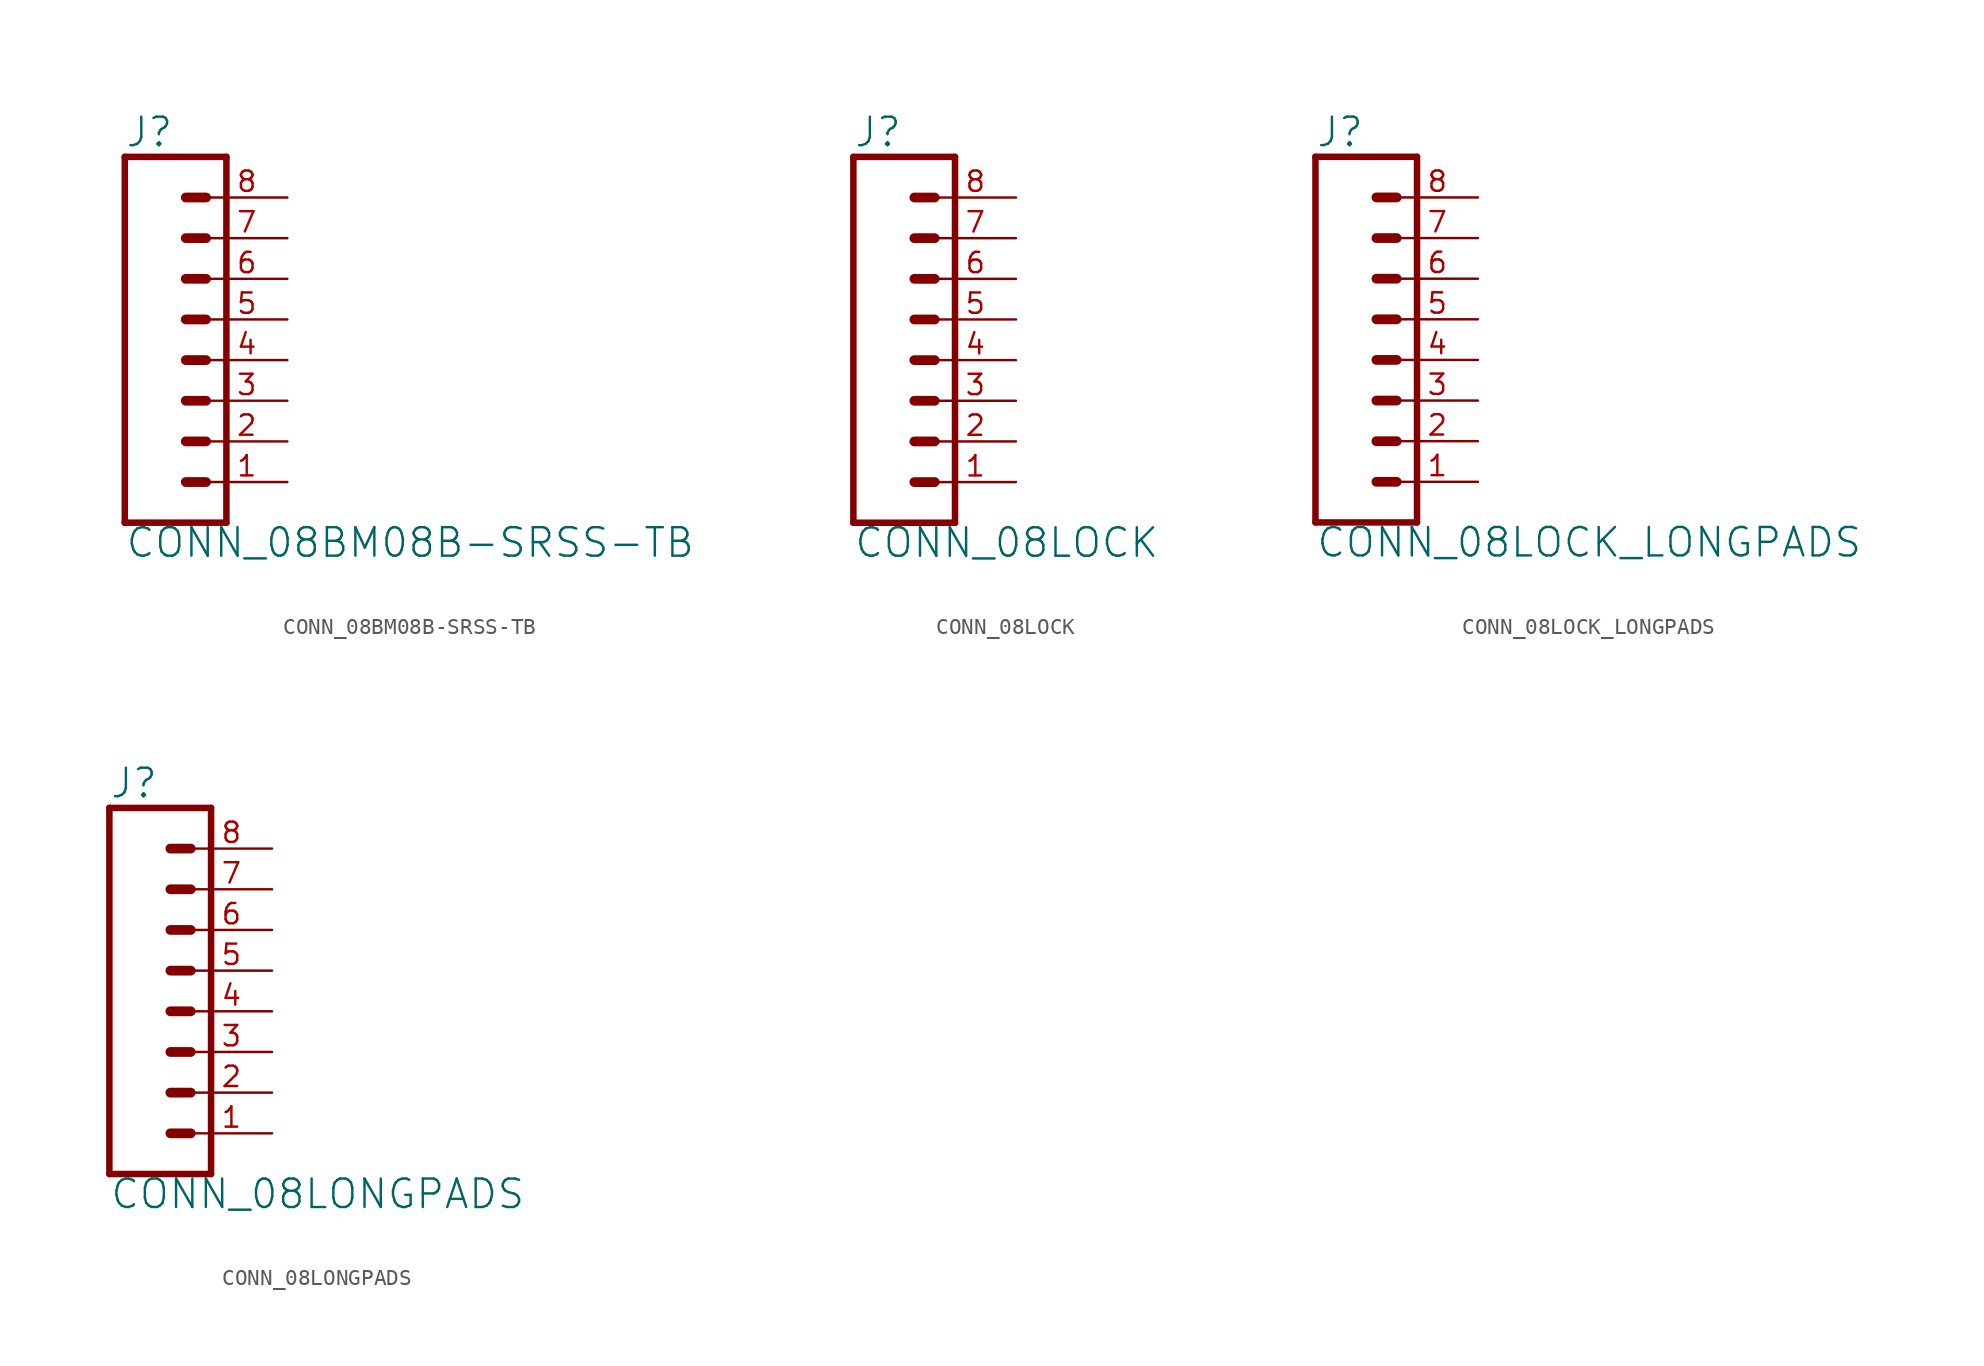
<source format=kicad_sym>
(kicad_symbol_lib
  (version 20211014)
  (generator kicad_symbol_editor)
  (symbol "CONN_08BM08B-SRSS-TB"
    (property "Reference" "J"
      (at -5.08 13.208 0)
      (effects (font (size 1.778 1.778)) (justify left bottom)))
    (property "Value" "CONN_08BM08B-SRSS-TB"
      (at -5.08 -12.446 0)
      (effects (font (size 1.778 1.778)) (justify left bottom)))
    (property "ki_locked" ""
      (at 0 0 0)
      (effects (font (size 1.27 1.27))))
    (symbol "CONN_08BM08B-SRSS-TB_1_0"
      (polyline (pts (xy -5.08 12.7) (xy -5.08 -10.16)) (stroke (width 0.406) (type default) (color 0 0 0 0)) (fill (type none)))
      (polyline (pts (xy -5.08 12.7) (xy 1.27 12.7)) (stroke (width 0.406) (type default) (color 0 0 0 0)) (fill (type none)))
      (polyline (pts (xy -1.27 -7.62) (xy 0 -7.62)) (stroke (width 0.61) (type default) (color 0 0 0 0)) (fill (type none)))
      (polyline (pts (xy -1.27 -5.08) (xy 0 -5.08)) (stroke (width 0.61) (type default) (color 0 0 0 0)) (fill (type none)))
      (polyline (pts (xy -1.27 -2.54) (xy 0 -2.54)) (stroke (width 0.61) (type default) (color 0 0 0 0)) (fill (type none)))
      (polyline (pts (xy -1.27 0) (xy 0 0)) (stroke (width 0.61) (type default) (color 0 0 0 0)) (fill (type none)))
      (polyline (pts (xy -1.27 2.54) (xy 0 2.54)) (stroke (width 0.61) (type default) (color 0 0 0 0)) (fill (type none)))
      (polyline (pts (xy -1.27 5.08) (xy 0 5.08)) (stroke (width 0.61) (type default) (color 0 0 0 0)) (fill (type none)))
      (polyline (pts (xy -1.27 7.62) (xy 0 7.62)) (stroke (width 0.61) (type default) (color 0 0 0 0)) (fill (type none)))
      (polyline (pts (xy -1.27 10.16) (xy 0 10.16)) (stroke (width 0.61) (type default) (color 0 0 0 0)) (fill (type none)))
      (polyline (pts (xy 1.27 -10.16) (xy -5.08 -10.16)) (stroke (width 0.406) (type default) (color 0 0 0 0)) (fill (type none)))
      (polyline (pts (xy 1.27 -10.16) (xy 1.27 12.7)) (stroke (width 0.406) (type default) (color 0 0 0 0)) (fill (type none)))
      (pin passive line (at 5.08 -7.62 180) (length 5.08) (name "1" (effects (font (size 0 0)))) (number "1" (effects (font (size 1.27 1.27)))))
      (pin passive line (at 5.08 -5.08 180) (length 5.08) (name "2" (effects (font (size 0 0)))) (number "2" (effects (font (size 1.27 1.27)))))
      (pin passive line (at 5.08 -2.54 180) (length 5.08) (name "3" (effects (font (size 0 0)))) (number "3" (effects (font (size 1.27 1.27)))))
      (pin passive line (at 5.08 0 180) (length 5.08) (name "4" (effects (font (size 0 0)))) (number "4" (effects (font (size 1.27 1.27)))))
      (pin passive line (at 5.08 2.54 180) (length 5.08) (name "5" (effects (font (size 0 0)))) (number "5" (effects (font (size 1.27 1.27)))))
      (pin passive line (at 5.08 5.08 180) (length 5.08) (name "6" (effects (font (size 0 0)))) (number "6" (effects (font (size 1.27 1.27)))))
      (pin passive line (at 5.08 7.62 180) (length 5.08) (name "7" (effects (font (size 0 0)))) (number "7" (effects (font (size 1.27 1.27)))))
      (pin passive line (at 5.08 10.16 180) (length 5.08) (name "8" (effects (font (size 0 0)))) (number "8" (effects (font (size 1.27 1.27)))))))
  (symbol "CONN_08LOCK"
    (property "Reference" "J"
      (at -5.08 13.208 0)
      (effects (font (size 1.778 1.778)) (justify left bottom)))
    (property "Value" "CONN_08LOCK"
      (at -5.08 -12.446 0)
      (effects (font (size 1.778 1.778)) (justify left bottom)))
    (property "ki_locked" ""
      (at 0 0 0)
      (effects (font (size 1.27 1.27))))
    (symbol "CONN_08LOCK_1_0"
      (polyline (pts (xy -5.08 12.7) (xy -5.08 -10.16)) (stroke (width 0.406) (type default) (color 0 0 0 0)) (fill (type none)))
      (polyline (pts (xy -5.08 12.7) (xy 1.27 12.7)) (stroke (width 0.406) (type default) (color 0 0 0 0)) (fill (type none)))
      (polyline (pts (xy -1.27 -7.62) (xy 0 -7.62)) (stroke (width 0.61) (type default) (color 0 0 0 0)) (fill (type none)))
      (polyline (pts (xy -1.27 -5.08) (xy 0 -5.08)) (stroke (width 0.61) (type default) (color 0 0 0 0)) (fill (type none)))
      (polyline (pts (xy -1.27 -2.54) (xy 0 -2.54)) (stroke (width 0.61) (type default) (color 0 0 0 0)) (fill (type none)))
      (polyline (pts (xy -1.27 0) (xy 0 0)) (stroke (width 0.61) (type default) (color 0 0 0 0)) (fill (type none)))
      (polyline (pts (xy -1.27 2.54) (xy 0 2.54)) (stroke (width 0.61) (type default) (color 0 0 0 0)) (fill (type none)))
      (polyline (pts (xy -1.27 5.08) (xy 0 5.08)) (stroke (width 0.61) (type default) (color 0 0 0 0)) (fill (type none)))
      (polyline (pts (xy -1.27 7.62) (xy 0 7.62)) (stroke (width 0.61) (type default) (color 0 0 0 0)) (fill (type none)))
      (polyline (pts (xy -1.27 10.16) (xy 0 10.16)) (stroke (width 0.61) (type default) (color 0 0 0 0)) (fill (type none)))
      (polyline (pts (xy 1.27 -10.16) (xy -5.08 -10.16)) (stroke (width 0.406) (type default) (color 0 0 0 0)) (fill (type none)))
      (polyline (pts (xy 1.27 -10.16) (xy 1.27 12.7)) (stroke (width 0.406) (type default) (color 0 0 0 0)) (fill (type none)))
      (pin passive line (at 5.08 -7.62 180) (length 5.08) (name "1" (effects (font (size 0 0)))) (number "1" (effects (font (size 1.27 1.27)))))
      (pin passive line (at 5.08 -5.08 180) (length 5.08) (name "2" (effects (font (size 0 0)))) (number "2" (effects (font (size 1.27 1.27)))))
      (pin passive line (at 5.08 -2.54 180) (length 5.08) (name "3" (effects (font (size 0 0)))) (number "3" (effects (font (size 1.27 1.27)))))
      (pin passive line (at 5.08 0 180) (length 5.08) (name "4" (effects (font (size 0 0)))) (number "4" (effects (font (size 1.27 1.27)))))
      (pin passive line (at 5.08 2.54 180) (length 5.08) (name "5" (effects (font (size 0 0)))) (number "5" (effects (font (size 1.27 1.27)))))
      (pin passive line (at 5.08 5.08 180) (length 5.08) (name "6" (effects (font (size 0 0)))) (number "6" (effects (font (size 1.27 1.27)))))
      (pin passive line (at 5.08 7.62 180) (length 5.08) (name "7" (effects (font (size 0 0)))) (number "7" (effects (font (size 1.27 1.27)))))
      (pin passive line (at 5.08 10.16 180) (length 5.08) (name "8" (effects (font (size 0 0)))) (number "8" (effects (font (size 1.27 1.27)))))))
  (symbol "CONN_08LOCK_LONGPADS"
    (property "Reference" "J"
      (at -5.08 13.208 0)
      (effects (font (size 1.778 1.778)) (justify left bottom)))
    (property "Value" "CONN_08LOCK_LONGPADS"
      (at -5.08 -12.446 0)
      (effects (font (size 1.778 1.778)) (justify left bottom)))
    (property "ki_locked" ""
      (at 0 0 0)
      (effects (font (size 1.27 1.27))))
    (symbol "CONN_08LOCK_LONGPADS_1_0"
      (polyline (pts (xy -5.08 12.7) (xy -5.08 -10.16)) (stroke (width 0.406) (type default) (color 0 0 0 0)) (fill (type none)))
      (polyline (pts (xy -5.08 12.7) (xy 1.27 12.7)) (stroke (width 0.406) (type default) (color 0 0 0 0)) (fill (type none)))
      (polyline (pts (xy -1.27 -7.62) (xy 0 -7.62)) (stroke (width 0.61) (type default) (color 0 0 0 0)) (fill (type none)))
      (polyline (pts (xy -1.27 -5.08) (xy 0 -5.08)) (stroke (width 0.61) (type default) (color 0 0 0 0)) (fill (type none)))
      (polyline (pts (xy -1.27 -2.54) (xy 0 -2.54)) (stroke (width 0.61) (type default) (color 0 0 0 0)) (fill (type none)))
      (polyline (pts (xy -1.27 0) (xy 0 0)) (stroke (width 0.61) (type default) (color 0 0 0 0)) (fill (type none)))
      (polyline (pts (xy -1.27 2.54) (xy 0 2.54)) (stroke (width 0.61) (type default) (color 0 0 0 0)) (fill (type none)))
      (polyline (pts (xy -1.27 5.08) (xy 0 5.08)) (stroke (width 0.61) (type default) (color 0 0 0 0)) (fill (type none)))
      (polyline (pts (xy -1.27 7.62) (xy 0 7.62)) (stroke (width 0.61) (type default) (color 0 0 0 0)) (fill (type none)))
      (polyline (pts (xy -1.27 10.16) (xy 0 10.16)) (stroke (width 0.61) (type default) (color 0 0 0 0)) (fill (type none)))
      (polyline (pts (xy 1.27 -10.16) (xy -5.08 -10.16)) (stroke (width 0.406) (type default) (color 0 0 0 0)) (fill (type none)))
      (polyline (pts (xy 1.27 -10.16) (xy 1.27 12.7)) (stroke (width 0.406) (type default) (color 0 0 0 0)) (fill (type none)))
      (pin passive line (at 5.08 -7.62 180) (length 5.08) (name "1" (effects (font (size 0 0)))) (number "1" (effects (font (size 1.27 1.27)))))
      (pin passive line (at 5.08 -5.08 180) (length 5.08) (name "2" (effects (font (size 0 0)))) (number "2" (effects (font (size 1.27 1.27)))))
      (pin passive line (at 5.08 -2.54 180) (length 5.08) (name "3" (effects (font (size 0 0)))) (number "3" (effects (font (size 1.27 1.27)))))
      (pin passive line (at 5.08 0 180) (length 5.08) (name "4" (effects (font (size 0 0)))) (number "4" (effects (font (size 1.27 1.27)))))
      (pin passive line (at 5.08 2.54 180) (length 5.08) (name "5" (effects (font (size 0 0)))) (number "5" (effects (font (size 1.27 1.27)))))
      (pin passive line (at 5.08 5.08 180) (length 5.08) (name "6" (effects (font (size 0 0)))) (number "6" (effects (font (size 1.27 1.27)))))
      (pin passive line (at 5.08 7.62 180) (length 5.08) (name "7" (effects (font (size 0 0)))) (number "7" (effects (font (size 1.27 1.27)))))
      (pin passive line (at 5.08 10.16 180) (length 5.08) (name "8" (effects (font (size 0 0)))) (number "8" (effects (font (size 1.27 1.27)))))))
  (symbol "CONN_08LONGPADS"
    (property "Reference" "J"
      (at -5.08 13.208 0)
      (effects (font (size 1.778 1.778)) (justify left bottom)))
    (property "Value" "CONN_08LONGPADS"
      (at -5.08 -12.446 0)
      (effects (font (size 1.778 1.778)) (justify left bottom)))
    (property "ki_locked" ""
      (at 0 0 0)
      (effects (font (size 1.27 1.27))))
    (symbol "CONN_08LONGPADS_1_0"
      (polyline (pts (xy -5.08 12.7) (xy -5.08 -10.16)) (stroke (width 0.406) (type default) (color 0 0 0 0)) (fill (type none)))
      (polyline (pts (xy -5.08 12.7) (xy 1.27 12.7)) (stroke (width 0.406) (type default) (color 0 0 0 0)) (fill (type none)))
      (polyline (pts (xy -1.27 -7.62) (xy 0 -7.62)) (stroke (width 0.61) (type default) (color 0 0 0 0)) (fill (type none)))
      (polyline (pts (xy -1.27 -5.08) (xy 0 -5.08)) (stroke (width 0.61) (type default) (color 0 0 0 0)) (fill (type none)))
      (polyline (pts (xy -1.27 -2.54) (xy 0 -2.54)) (stroke (width 0.61) (type default) (color 0 0 0 0)) (fill (type none)))
      (polyline (pts (xy -1.27 0) (xy 0 0)) (stroke (width 0.61) (type default) (color 0 0 0 0)) (fill (type none)))
      (polyline (pts (xy -1.27 2.54) (xy 0 2.54)) (stroke (width 0.61) (type default) (color 0 0 0 0)) (fill (type none)))
      (polyline (pts (xy -1.27 5.08) (xy 0 5.08)) (stroke (width 0.61) (type default) (color 0 0 0 0)) (fill (type none)))
      (polyline (pts (xy -1.27 7.62) (xy 0 7.62)) (stroke (width 0.61) (type default) (color 0 0 0 0)) (fill (type none)))
      (polyline (pts (xy -1.27 10.16) (xy 0 10.16)) (stroke (width 0.61) (type default) (color 0 0 0 0)) (fill (type none)))
      (polyline (pts (xy 1.27 -10.16) (xy -5.08 -10.16)) (stroke (width 0.406) (type default) (color 0 0 0 0)) (fill (type none)))
      (polyline (pts (xy 1.27 -10.16) (xy 1.27 12.7)) (stroke (width 0.406) (type default) (color 0 0 0 0)) (fill (type none)))
      (pin passive line (at 5.08 -7.62 180) (length 5.08) (name "1" (effects (font (size 0 0)))) (number "1" (effects (font (size 1.27 1.27)))))
      (pin passive line (at 5.08 -5.08 180) (length 5.08) (name "2" (effects (font (size 0 0)))) (number "2" (effects (font (size 1.27 1.27)))))
      (pin passive line (at 5.08 -2.54 180) (length 5.08) (name "3" (effects (font (size 0 0)))) (number "3" (effects (font (size 1.27 1.27)))))
      (pin passive line (at 5.08 0 180) (length 5.08) (name "4" (effects (font (size 0 0)))) (number "4" (effects (font (size 1.27 1.27)))))
      (pin passive line (at 5.08 2.54 180) (length 5.08) (name "5" (effects (font (size 0 0)))) (number "5" (effects (font (size 1.27 1.27)))))
      (pin passive line (at 5.08 5.08 180) (length 5.08) (name "6" (effects (font (size 0 0)))) (number "6" (effects (font (size 1.27 1.27)))))
      (pin passive line (at 5.08 7.62 180) (length 5.08) (name "7" (effects (font (size 0 0)))) (number "7" (effects (font (size 1.27 1.27)))))
      (pin passive line (at 5.08 10.16 180) (length 5.08) (name "8" (effects (font (size 0 0)))) (number "8" (effects (font (size 1.27 1.27))))))))
</source>
